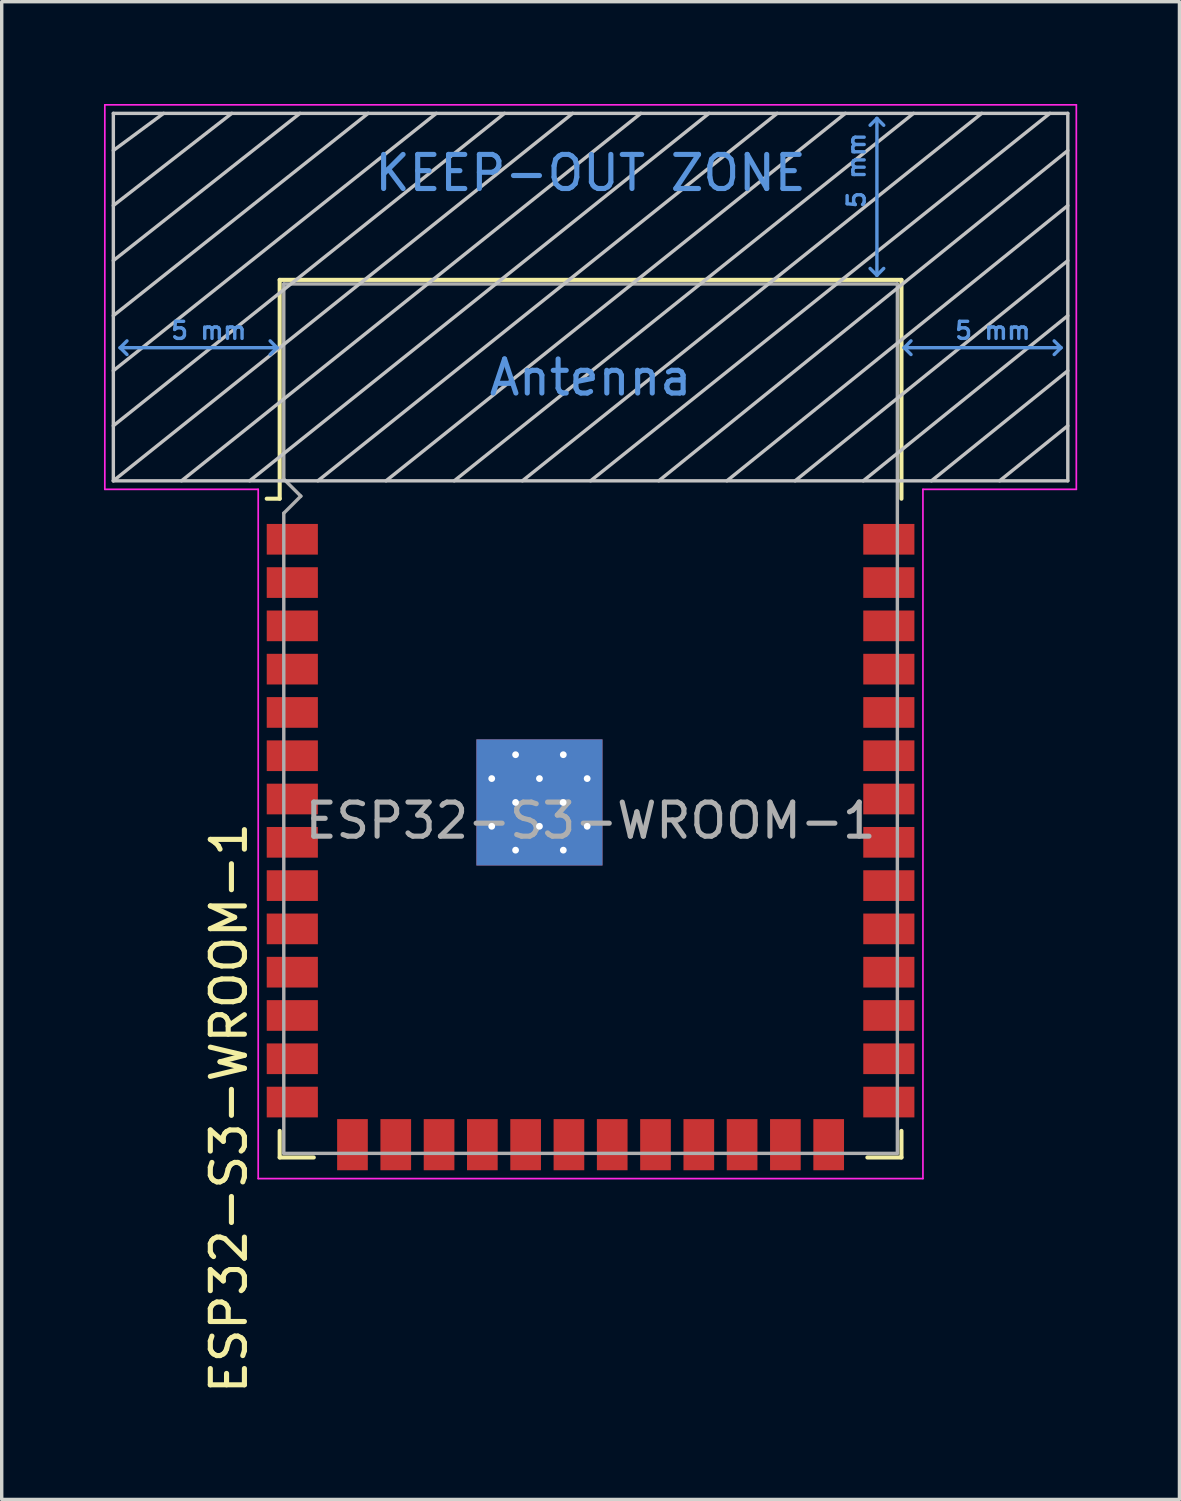
<source format=kicad_pcb>
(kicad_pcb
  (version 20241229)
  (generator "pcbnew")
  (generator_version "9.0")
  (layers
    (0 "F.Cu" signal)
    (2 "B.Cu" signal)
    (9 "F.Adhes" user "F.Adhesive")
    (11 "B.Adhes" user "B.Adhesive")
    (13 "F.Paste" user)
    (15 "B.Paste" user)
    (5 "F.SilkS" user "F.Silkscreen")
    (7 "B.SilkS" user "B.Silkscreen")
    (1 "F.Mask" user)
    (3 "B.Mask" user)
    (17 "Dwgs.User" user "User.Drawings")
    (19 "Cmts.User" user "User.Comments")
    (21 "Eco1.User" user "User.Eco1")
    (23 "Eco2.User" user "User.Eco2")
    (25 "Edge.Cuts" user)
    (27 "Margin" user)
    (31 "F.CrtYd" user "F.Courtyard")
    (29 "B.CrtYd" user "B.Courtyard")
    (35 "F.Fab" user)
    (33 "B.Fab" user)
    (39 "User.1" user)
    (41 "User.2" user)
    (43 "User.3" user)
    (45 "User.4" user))
  (footprint "ESP32-S3-WROOM-1"
    (layer "F.Cu")
    (at 14.275 21.025)
    (property "Reference" "ESP32-S3-WROOM-1" (at -10.61 8.43 90) (layer "F.SilkS") (effects (font (size 1 1) (thickness 0.15))))
    (attr smd)
    (fp_line (start -9.12 -15.865) (end -9.12 -9.445) (stroke (width 0.12) (type solid)) (layer "F.SilkS"))
    (fp_line (start -9.12 -15.865) (end 9.12 -15.865) (stroke (width 0.12) (type solid)) (layer "F.SilkS"))
    (fp_line (start -9.12 -9.445) (end -9.5 -9.445) (stroke (width 0.12) (type solid)) (layer "F.SilkS"))
    (fp_line (start -9.12 9.1) (end -9.12 9.88) (stroke (width 0.12) (type solid)) (layer "F.SilkS"))
    (fp_line (start -9.12 9.88) (end -8.12 9.88) (stroke (width 0.12) (type solid)) (layer "F.SilkS"))
    (fp_line (start 9.12 -15.865) (end 9.12 -9.445) (stroke (width 0.12) (type solid)) (layer "F.SilkS"))
    (fp_line (start 9.12 9.1) (end 9.12 9.88) (stroke (width 0.12) (type solid)) (layer "F.SilkS"))
    (fp_line (start 9.12 9.88) (end 8.12 9.88) (stroke (width 0.12) (type solid)) (layer "F.SilkS"))
    (fp_line (start -14 -9.97) (end -14 -20.75) (stroke (width 0.1) (type solid)) (layer "Dwgs.User"))
    (fp_line (start -12.525 -20.75) (end -14 -19.66) (stroke (width 0.1) (type solid)) (layer "Dwgs.User"))
    (fp_line (start -10.525 -20.75) (end -14 -18.045) (stroke (width 0.1) (type solid)) (layer "Dwgs.User"))
    (fp_line (start -8.525 -20.75) (end -14 -16.43) (stroke (width 0.1) (type solid)) (layer "Dwgs.User"))
    (fp_line (start -8 -9.97) (end 5.475 -20.75) (stroke (width 0.1) (type solid)) (layer "Dwgs.User"))
    (fp_line (start -6.525 -20.75) (end -14 -14.815) (stroke (width 0.1) (type solid)) (layer "Dwgs.User"))
    (fp_line (start -4.525 -20.75) (end -14 -13.2) (stroke (width 0.1) (type solid)) (layer "Dwgs.User"))
    (fp_line (start -2.525 -20.75) (end -14 -11.585) (stroke (width 0.1) (type solid)) (layer "Dwgs.User"))
    (fp_line (start -0.525 -20.75) (end -14 -9.97) (stroke (width 0.1) (type solid)) (layer "Dwgs.User"))
    (fp_line (start 1.475 -20.75) (end -12 -9.97) (stroke (width 0.1) (type solid)) (layer "Dwgs.User"))
    (fp_line (start 3.475 -20.75) (end -10 -9.97) (stroke (width 0.1) (type solid)) (layer "Dwgs.User"))
    (fp_line (start 7.475 -20.75) (end -6 -9.97) (stroke (width 0.1) (type solid)) (layer "Dwgs.User"))
    (fp_line (start 9.475 -20.75) (end -4 -9.97) (stroke (width 0.1) (type solid)) (layer "Dwgs.User"))
    (fp_line (start 11.475 -20.75) (end -2 -9.97) (stroke (width 0.1) (type solid)) (layer "Dwgs.User"))
    (fp_line (start 13.475 -20.75) (end 0 -9.97) (stroke (width 0.1) (type solid)) (layer "Dwgs.User"))
    (fp_line (start 14 -20.75) (end -14 -20.75) (stroke (width 0.1) (type solid)) (layer "Dwgs.User"))
    (fp_line (start 14 -19.66) (end 2 -9.97) (stroke (width 0.1) (type solid)) (layer "Dwgs.User"))
    (fp_line (start 14 -18.045) (end 4 -9.97) (stroke (width 0.1) (type solid)) (layer "Dwgs.User"))
    (fp_line (start 14 -16.43) (end 6 -9.97) (stroke (width 0.1) (type solid)) (layer "Dwgs.User"))
    (fp_line (start 14 -14.815) (end 8 -9.97) (stroke (width 0.1) (type solid)) (layer "Dwgs.User"))
    (fp_line (start 14 -13.2) (end 10 -9.97) (stroke (width 0.1) (type solid)) (layer "Dwgs.User"))
    (fp_line (start 14 -11.585) (end 12 -9.97) (stroke (width 0.1) (type solid)) (layer "Dwgs.User"))
    (fp_line (start 14 -9.97) (end -14 -9.97) (stroke (width 0.1) (type solid)) (layer "Dwgs.User"))
    (fp_line (start 14 -9.97) (end 14 -20.75) (stroke (width 0.1) (type solid)) (layer "Dwgs.User"))
    (fp_line (start -13.8 -13.875) (end -13.6 -14.075) (stroke (width 0.1) (type solid)) (layer "Cmts.User"))
    (fp_line (start -13.8 -13.875) (end -13.6 -13.675) (stroke (width 0.1) (type solid)) (layer "Cmts.User"))
    (fp_line (start -13.8 -13.875) (end -9.2 -13.875) (stroke (width 0.1) (type solid)) (layer "Cmts.User"))
    (fp_line (start -9.2 -13.875) (end -9.4 -14.075) (stroke (width 0.1) (type solid)) (layer "Cmts.User"))
    (fp_line (start -9.2 -13.875) (end -9.4 -13.675) (stroke (width 0.1) (type solid)) (layer "Cmts.User"))
    (fp_line (start 8.4 -20.6) (end 8.2 -20.4) (stroke (width 0.1) (type solid)) (layer "Cmts.User"))
    (fp_line (start 8.4 -20.6) (end 8.6 -20.4) (stroke (width 0.1) (type solid)) (layer "Cmts.User"))
    (fp_line (start 8.4 -16) (end 8.2 -16.2) (stroke (width 0.1) (type solid)) (layer "Cmts.User"))
    (fp_line (start 8.4 -16) (end 8.4 -20.6) (stroke (width 0.1) (type solid)) (layer "Cmts.User"))
    (fp_line (start 8.4 -16) (end 8.6 -16.2) (stroke (width 0.1) (type solid)) (layer "Cmts.User"))
    (fp_line (start 9.2 -13.875) (end 9.4 -14.075) (stroke (width 0.1) (type solid)) (layer "Cmts.User"))
    (fp_line (start 9.2 -13.875) (end 9.4 -13.675) (stroke (width 0.1) (type solid)) (layer "Cmts.User"))
    (fp_line (start 9.2 -13.875) (end 13.8 -13.875) (stroke (width 0.1) (type solid)) (layer "Cmts.User"))
    (fp_line (start 13.8 -13.875) (end 13.6 -14.075) (stroke (width 0.1) (type solid)) (layer "Cmts.User"))
    (fp_line (start 13.8 -13.875) (end 13.6 -13.675) (stroke (width 0.1) (type solid)) (layer "Cmts.User"))
    (fp_line (start -14.25 -21) (end -14.25 -9.72) (stroke (width 0.05) (type solid)) (layer "F.CrtYd"))
    (fp_line (start -14.25 -21) (end 14.25 -21) (stroke (width 0.05) (type solid)) (layer "F.CrtYd"))
    (fp_line (start -14.25 -9.72) (end -9.75 -9.72) (stroke (width 0.05) (type solid)) (layer "F.CrtYd"))
    (fp_line (start -9.75 10.5) (end -9.75 -9.72) (stroke (width 0.05) (type solid)) (layer "F.CrtYd"))
    (fp_line (start -9.75 10.5) (end 9.75 10.5) (stroke (width 0.05) (type solid)) (layer "F.CrtYd"))
    (fp_line (start 9.75 -9.72) (end 9.75 10.5) (stroke (width 0.05) (type solid)) (layer "F.CrtYd"))
    (fp_line (start 9.75 -9.72) (end 14.25 -9.72) (stroke (width 0.05) (type solid)) (layer "F.CrtYd"))
    (fp_line (start 14.25 -21) (end 14.25 -9.72) (stroke (width 0.05) (type solid)) (layer "F.CrtYd"))
    (fp_line (start -9 -15.745) (end -9 -10.02) (stroke (width 0.1) (type solid)) (layer "F.Fab"))
    (fp_line (start -9 -15.745) (end 9 -15.745) (stroke (width 0.1) (type solid)) (layer "F.Fab"))
    (fp_line (start -9 -9.02) (end -9 9.76) (stroke (width 0.1) (type solid)) (layer "F.Fab"))
    (fp_line (start -9 -9.02) (end -8.5 -9.52) (stroke (width 0.1) (type solid)) (layer "F.Fab"))
    (fp_line (start -9 9.76) (end 9 9.76) (stroke (width 0.1) (type solid)) (layer "F.Fab"))
    (fp_line (start -8.5 -9.52) (end -9 -10.02) (stroke (width 0.1) (type solid)) (layer "F.Fab"))
    (fp_line (start 9 9.76) (end 9 -15.745) (stroke (width 0.1) (type solid)) (layer "F.Fab"))
    (fp_text user "5 mm" (at 7.8 -19.075 90) (layer "Cmts.User") (effects (font (size 0.5 0.5) (thickness 0.1))))
    (fp_text user "5 mm" (at 11.8 -14.375 0) (layer "Cmts.User") (effects (font (size 0.5 0.5) (thickness 0.1))))
    (fp_text user "5 mm" (at -11.2 -14.375 0) (layer "Cmts.User") (effects (font (size 0.5 0.5) (thickness 0.1))))
    (fp_text user "Antenna" (at 0 -13 0) (layer "Cmts.User") (effects (font (size 1 1) (thickness 0.15))))
    (fp_text user "KEEP-OUT ZONE" (at 0 -19 0) (layer "Cmts.User") (effects (font (size 1 1) (thickness 0.15))))
    (fp_text user "${REFERENCE}" (at 0 0 0) (layer "F.Fab") (effects (font (size 1 1) (thickness 0.15))))
    (pad "" smd rect (at -2.9 -1.935) (size 0.9 0.9) (layers "F.Paste"))
    (pad "" smd rect (at -2.9 -0.535) (size 0.9 0.9) (layers "F.Paste"))
    (pad "" smd rect (at -2.9 0.865) (size 0.9 0.9) (layers "F.Paste"))
    (pad "" smd rect (at -1.5 -1.935) (size 0.9 0.9) (layers "F.Paste"))
    (pad "" smd rect (at -1.5 -0.535) (size 0.9 0.9) (layers "F.Paste"))
    (pad "" smd rect (at -1.5 0.865) (size 0.9 0.9) (layers "F.Paste"))
    (pad "" smd rect (at -0.105 -0.535) (size 0.9 0.9) (layers "F.Paste"))
    (pad "" smd rect (at -0.1 -1.935) (size 0.9 0.9) (layers "F.Paste"))
    (pad "" smd rect (at -0.1 0.865) (size 0.9 0.9) (layers "F.Paste"))
    (pad "1" smd rect (at -8.75 -8.255) (size 1.5 0.9) (layers "F.Cu" "F.Mask" "F.Paste"))
    (pad "2" smd rect (at -8.75 -6.985) (size 1.5 0.9) (layers "F.Cu" "F.Mask" "F.Paste"))
    (pad "3" smd rect (at -8.75 -5.715) (size 1.5 0.9) (layers "F.Cu" "F.Mask" "F.Paste"))
    (pad "4" smd rect (at -8.75 -4.445) (size 1.5 0.9) (layers "F.Cu" "F.Mask" "F.Paste"))
    (pad "5" smd rect (at -8.75 -3.175) (size 1.5 0.9) (layers "F.Cu" "F.Mask" "F.Paste"))
    (pad "6" smd rect (at -8.75 -1.905) (size 1.5 0.9) (layers "F.Cu" "F.Mask" "F.Paste"))
    (pad "7" smd rect (at -8.75 -0.635) (size 1.5 0.9) (layers "F.Cu" "F.Mask" "F.Paste"))
    (pad "8" smd rect (at -8.75 0.635) (size 1.5 0.9) (layers "F.Cu" "F.Mask" "F.Paste"))
    (pad "9" smd rect (at -8.75 1.905) (size 1.5 0.9) (layers "F.Cu" "F.Mask" "F.Paste"))
    (pad "10" smd rect (at -8.75 3.175) (size 1.5 0.9) (layers "F.Cu" "F.Mask" "F.Paste"))
    (pad "11" smd rect (at -8.75 4.445) (size 1.5 0.9) (layers "F.Cu" "F.Mask" "F.Paste"))
    (pad "12" smd rect (at -8.75 5.715) (size 1.5 0.9) (layers "F.Cu" "F.Mask" "F.Paste"))
    (pad "13" smd rect (at -8.75 6.985) (size 1.5 0.9) (layers "F.Cu" "F.Mask" "F.Paste"))
    (pad "14" smd rect (at -8.75 8.255) (size 1.5 0.9) (layers "F.Cu" "F.Mask" "F.Paste"))
    (pad "15" smd rect (at -6.985 9.505 90) (size 1.5 0.9) (layers "F.Cu" "F.Mask" "F.Paste"))
    (pad "16" smd rect (at -5.715 9.505 90) (size 1.5 0.9) (layers "F.Cu" "F.Mask" "F.Paste"))
    (pad "17" smd rect (at -4.445 9.505 90) (size 1.5 0.9) (layers "F.Cu" "F.Mask" "F.Paste"))
    (pad "18" smd rect (at -3.175 9.505 90) (size 1.5 0.9) (layers "F.Cu" "F.Mask" "F.Paste"))
    (pad "19" smd rect (at -1.905 9.505 90) (size 1.5 0.9) (layers "F.Cu" "F.Mask" "F.Paste"))
    (pad "20" smd rect (at -0.635 9.505 90) (size 1.5 0.9) (layers "F.Cu" "F.Mask" "F.Paste"))
    (pad "21" smd rect (at 0.635 9.505 90) (size 1.5 0.9) (layers "F.Cu" "F.Mask" "F.Paste"))
    (pad "22" smd rect (at 1.905 9.505 90) (size 1.5 0.9) (layers "F.Cu" "F.Mask" "F.Paste"))
    (pad "23" smd rect (at 3.175 9.505 90) (size 1.5 0.9) (layers "F.Cu" "F.Mask" "F.Paste"))
    (pad "24" smd rect (at 4.445 9.505 90) (size 1.5 0.9) (layers "F.Cu" "F.Mask" "F.Paste"))
    (pad "25" smd rect (at 5.715 9.505 90) (size 1.5 0.9) (layers "F.Cu" "F.Mask" "F.Paste"))
    (pad "26" smd rect (at 6.985 9.505 90) (size 1.5 0.9) (layers "F.Cu" "F.Mask" "F.Paste"))
    (pad "27" smd rect (at 8.75 8.255) (size 1.5 0.9) (layers "F.Cu" "F.Mask" "F.Paste"))
    (pad "28" smd rect (at 8.75 6.985) (size 1.5 0.9) (layers "F.Cu" "F.Mask" "F.Paste"))
    (pad "29" smd rect (at 8.75 5.715) (size 1.5 0.9) (layers "F.Cu" "F.Mask" "F.Paste"))
    (pad "30" smd rect (at 8.75 4.445) (size 1.5 0.9) (layers "F.Cu" "F.Mask" "F.Paste"))
    (pad "31" smd rect (at 8.75 3.175) (size 1.5 0.9) (layers "F.Cu" "F.Mask" "F.Paste"))
    (pad "32" smd rect (at 8.75 1.905) (size 1.5 0.9) (layers "F.Cu" "F.Mask" "F.Paste"))
    (pad "33" smd rect (at 8.75 0.635) (size 1.5 0.9) (layers "F.Cu" "F.Mask" "F.Paste"))
    (pad "34" smd rect (at 8.75 -0.635) (size 1.5 0.9) (layers "F.Cu" "F.Mask" "F.Paste"))
    (pad "35" smd rect (at 8.75 -1.905) (size 1.5 0.9) (layers "F.Cu" "F.Mask" "F.Paste"))
    (pad "36" smd rect (at 8.75 -3.175) (size 1.5 0.9) (layers "F.Cu" "F.Mask" "F.Paste"))
    (pad "37" smd rect (at 8.75 -4.445) (size 1.5 0.9) (layers "F.Cu" "F.Mask" "F.Paste"))
    (pad "38" smd rect (at 8.75 -5.715) (size 1.5 0.9) (layers "F.Cu" "F.Mask" "F.Paste"))
    (pad "39" smd rect (at 8.75 -6.985) (size 1.5 0.9) (layers "F.Cu" "F.Mask" "F.Paste"))
    (pad "40" smd rect (at 8.75 -8.255) (size 1.5 0.9) (layers "F.Cu" "F.Mask" "F.Paste"))
    (pad "41" thru_hole circle (at -2.9 -1.235) (size 0.5 0.5) (drill 0.2) (layers "*.Cu" "F.Mask"))
    (pad "41" thru_hole circle (at -2.9 0.165) (size 0.5 0.5) (drill 0.2) (layers "*.Cu" "F.Mask"))
    (pad "41" thru_hole circle (at -2.2 -1.935) (size 0.5 0.5) (drill 0.2) (layers "*.Cu" "F.Mask"))
    (pad "41" thru_hole circle (at -2.2 -0.535) (size 0.5 0.5) (drill 0.2) (layers "*.Cu" "F.Mask"))
    (pad "41" thru_hole circle (at -2.2 0.865) (size 0.5 0.5) (drill 0.2) (layers "*.Cu" "F.Mask"))
    (pad "41" thru_hole circle (at -1.5 -1.235) (size 0.5 0.5) (drill 0.2) (layers "*.Cu" "F.Mask"))
    (pad "41" smd rect (at -1.5 -0.535) (size 3.7 3.7) (layers "F.Cu" "F.Mask"))
    (pad "41" smd rect (at -1.5 -0.535) (size 3.7 3.7) (layers "F.Mask" "B.Cu"))
    (pad "41" thru_hole circle (at -1.5 0.165) (size 0.5 0.5) (drill 0.2) (layers "*.Cu" "F.Mask"))
    (pad "41" thru_hole circle (at -0.805 -0.535) (size 0.5 0.5) (drill 0.2) (layers "*.Cu" "F.Mask"))
    (pad "41" thru_hole circle (at -0.8 -1.935) (size 0.5 0.5) (drill 0.2) (layers "*.Cu" "F.Mask"))
    (pad "41" thru_hole circle (at -0.8 0.865) (size 0.5 0.5) (drill 0.2) (layers "*.Cu" "F.Mask"))
    (pad "41" thru_hole circle (at -0.1 -1.235) (size 0.5 0.5) (drill 0.2) (layers "*.Cu" "F.Mask"))
    (pad "41" thru_hole circle (at -0.1 0.165) (size 0.5 0.5) (drill 0.2) (layers "*.Cu" "F.Mask")))
  (gr_rect
    (start -3 -3)
    (end 31.55 40.937)
    (stroke (width 0.1) (type default))
    (fill no)
    (layer "Edge.Cuts")))
</source>
